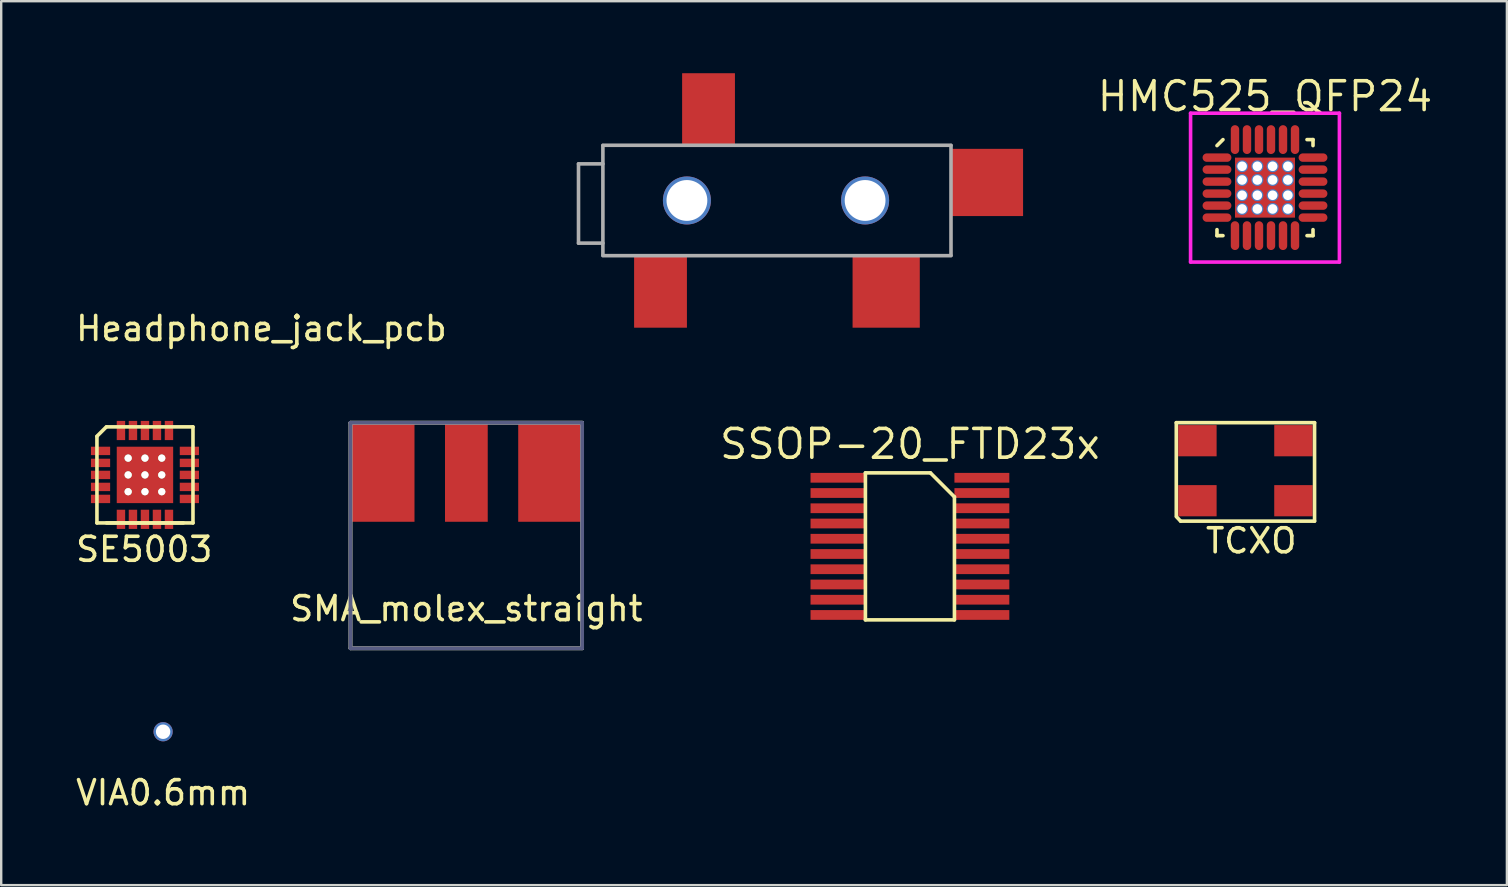
<source format=kicad_pcb>
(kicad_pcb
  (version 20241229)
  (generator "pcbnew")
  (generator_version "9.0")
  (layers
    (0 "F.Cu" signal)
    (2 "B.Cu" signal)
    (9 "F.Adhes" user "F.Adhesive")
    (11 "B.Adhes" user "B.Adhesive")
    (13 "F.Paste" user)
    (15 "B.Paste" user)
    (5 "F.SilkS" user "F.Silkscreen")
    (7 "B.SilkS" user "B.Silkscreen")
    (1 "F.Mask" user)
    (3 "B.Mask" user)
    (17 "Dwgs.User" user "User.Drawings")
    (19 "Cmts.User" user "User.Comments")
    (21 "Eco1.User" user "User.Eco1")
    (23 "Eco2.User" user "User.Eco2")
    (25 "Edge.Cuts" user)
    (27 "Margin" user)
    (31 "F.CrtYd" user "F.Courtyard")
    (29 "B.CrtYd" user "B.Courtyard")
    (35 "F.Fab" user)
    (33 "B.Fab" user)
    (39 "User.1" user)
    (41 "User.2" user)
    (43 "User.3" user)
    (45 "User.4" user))
  (footprint "HMC525_QFP24"
    (layer "F.Cu")
    (at 49.642 4.765)
    (property "Reference" "HMC525_QFP24" (at 0 -3.8 0) (layer "F.SilkS") (effects (font (size 1.2 1.2) (thickness 0.15))))
    (attr through_hole)
    (fp_line (start -2 -1.75) (end -1.75 -2) (stroke (width 0.15) (type solid)) (layer "F.SilkS"))
    (fp_line (start -2 2) (end -2 1.75) (stroke (width 0.15) (type solid)) (layer "F.SilkS"))
    (fp_line (start -1.75 2) (end -2 2) (stroke (width 0.15) (type solid)) (layer "F.SilkS"))
    (fp_line (start 1.75 -2) (end 2 -2) (stroke (width 0.15) (type solid)) (layer "F.SilkS"))
    (fp_line (start 1.75 2) (end 2 2) (stroke (width 0.15) (type solid)) (layer "F.SilkS"))
    (fp_line (start 2 -2) (end 2 -1.75) (stroke (width 0.15) (type solid)) (layer "F.SilkS"))
    (fp_line (start 2 2) (end 2 1.75) (stroke (width 0.15) (type solid)) (layer "F.SilkS"))
    (fp_line (start -3.1 -3.1) (end 3.1 -3.1) (stroke (width 0.15) (type solid)) (layer "F.CrtYd"))
    (fp_line (start -3.1 3.1) (end -3.1 -3.1) (stroke (width 0.15) (type solid)) (layer "F.CrtYd"))
    (fp_line (start 3.1 -3.1) (end 3.1 3.1) (stroke (width 0.15) (type solid)) (layer "F.CrtYd"))
    (fp_line (start 3.1 3.1) (end -3.1 3.1) (stroke (width 0.15) (type solid)) (layer "F.CrtYd"))
    (pad "" thru_hole circle (at -0.953 -0.889) (size 0.5 0.5) (drill 0.4) (layers "*.Cu" "*.Mask"))
    (pad "" thru_hole circle (at -0.953 -0.318) (size 0.5 0.5) (drill 0.4) (layers "*.Cu" "*.Mask"))
    (pad "" thru_hole circle (at -0.953 0.318) (size 0.5 0.5) (drill 0.4) (layers "*.Cu" "*.Mask"))
    (pad "" thru_hole circle (at -0.953 0.889) (size 0.5 0.5) (drill 0.4) (layers "*.Cu" "*.Mask"))
    (pad "" thru_hole circle (at -0.318 -0.889) (size 0.5 0.5) (drill 0.4) (layers "*.Cu" "*.Mask"))
    (pad "" thru_hole circle (at -0.318 -0.318) (size 0.5 0.5) (drill 0.4) (layers "*.Cu" "*.Mask"))
    (pad "" thru_hole circle (at -0.318 0.318) (size 0.5 0.5) (drill 0.4) (layers "*.Cu" "*.Mask"))
    (pad "" thru_hole circle (at -0.318 0.889) (size 0.5 0.5) (drill 0.4) (layers "*.Cu" "*.Mask"))
    (pad "" thru_hole circle (at 0.318 -0.889) (size 0.5 0.5) (drill 0.4) (layers "*.Cu" "*.Mask"))
    (pad "" thru_hole circle (at 0.318 -0.318) (size 0.5 0.5) (drill 0.4) (layers "*.Cu" "*.Mask"))
    (pad "" thru_hole circle (at 0.318 0.318) (size 0.5 0.5) (drill 0.4) (layers "*.Cu" "*.Mask"))
    (pad "" thru_hole circle (at 0.318 0.889) (size 0.5 0.5) (drill 0.4) (layers "*.Cu" "*.Mask"))
    (pad "" thru_hole circle (at 0.953 -0.889) (size 0.5 0.5) (drill 0.4) (layers "*.Cu" "*.Mask"))
    (pad "" thru_hole circle (at 0.953 -0.318) (size 0.5 0.5) (drill 0.4) (layers "*.Cu" "*.Mask"))
    (pad "" thru_hole circle (at 0.953 0.318) (size 0.5 0.5) (drill 0.4) (layers "*.Cu" "*.Mask"))
    (pad "" thru_hole circle (at 0.953 0.889) (size 0.5 0.5) (drill 0.4) (layers "*.Cu" "*.Mask"))
    (pad "1" smd oval (at -2 -1.25 90) (size 0.35 1.2) (layers "F.Cu" "F.Mask" "F.Paste"))
    (pad "2" smd oval (at -2 -0.75 90) (size 0.35 1.2) (layers "F.Cu" "F.Mask" "F.Paste"))
    (pad "3" smd oval (at -2 -0.25 90) (size 0.35 1.2) (layers "F.Cu" "F.Mask" "F.Paste"))
    (pad "4" smd oval (at -2 0.25 90) (size 0.35 1.2) (layers "F.Cu" "F.Mask" "F.Paste"))
    (pad "5" smd oval (at -2 0.75 90) (size 0.35 1.2) (layers "F.Cu" "F.Mask" "F.Paste"))
    (pad "6" smd oval (at -2 1.25 90) (size 0.35 1.2) (layers "F.Cu" "F.Mask" "F.Paste"))
    (pad "7" smd oval (at -1.25 2) (size 0.35 1.2) (layers "F.Cu" "F.Mask" "F.Paste"))
    (pad "8" smd oval (at -0.75 2) (size 0.35 1.2) (layers "F.Cu" "F.Mask" "F.Paste"))
    (pad "9" smd oval (at -0.25 2) (size 0.35 1.2) (layers "F.Cu" "F.Mask" "F.Paste"))
    (pad "10" smd oval (at 0.25 2) (size 0.35 1.2) (layers "F.Cu" "F.Mask" "F.Paste"))
    (pad "11" smd oval (at 0.75 2) (size 0.35 1.2) (layers "F.Cu" "F.Mask" "F.Paste"))
    (pad "12" smd oval (at 1.25 2) (size 0.35 1.2) (layers "F.Cu" "F.Mask" "F.Paste"))
    (pad "13" smd oval (at 2 1.25 90) (size 0.35 1.2) (layers "F.Cu" "F.Mask" "F.Paste"))
    (pad "14" smd oval (at 2 0.75 90) (size 0.35 1.2) (layers "F.Cu" "F.Mask" "F.Paste"))
    (pad "15" smd oval (at 2 0.25 90) (size 0.35 1.2) (layers "F.Cu" "F.Mask" "F.Paste"))
    (pad "16" smd oval (at 2 -0.25 90) (size 0.35 1.2) (layers "F.Cu" "F.Mask" "F.Paste"))
    (pad "17" smd oval (at 2 -0.75 90) (size 0.35 1.2) (layers "F.Cu" "F.Mask" "F.Paste"))
    (pad "18" smd oval (at 2 -1.25 90) (size 0.35 1.2) (layers "F.Cu" "F.Mask" "F.Paste"))
    (pad "19" smd oval (at 1.25 -2) (size 0.35 1.2) (layers "F.Cu" "F.Mask" "F.Paste"))
    (pad "20" smd oval (at 0.75 -2) (size 0.35 1.2) (layers "F.Cu" "F.Mask" "F.Paste"))
    (pad "21" smd oval (at 0.25 -2) (size 0.35 1.2) (layers "F.Cu" "F.Mask" "F.Paste"))
    (pad "22" smd oval (at -0.25 -2) (size 0.35 1.2) (layers "F.Cu" "F.Mask" "F.Paste"))
    (pad "23" smd oval (at -0.75 -2) (size 0.35 1.2) (layers "F.Cu" "F.Mask" "F.Paste"))
    (pad "24" smd oval (at -1.25 -2) (size 0.35 1.2) (layers "F.Cu" "F.Mask" "F.Paste"))
    (pad "EP" smd rect (at 0 0) (size 2.5 2.5) (layers "F.Cu" "F.Mask" "F.Paste")))
  (footprint "SMA_molex_straight"
    (layer "F.Cu")
    (at 16.375 16.589)
    (property "Reference" "SMA_molex_straight" (at 0 5.715 180) (layer "F.SilkS") (effects (font (size 1 1) (thickness 0.15))))
    (attr through_hole)
    (fp_line (start -4.826 -2.032) (end 4.826 -2.032) (stroke (width 0.15) (type solid)) (layer "F.SilkS"))
    (fp_line (start -4.826 7.366) (end -4.826 -2.032) (stroke (width 0.15) (type solid)) (layer "F.SilkS"))
    (fp_line (start 4.826 -2.032) (end 4.826 7.366) (stroke (width 0.15) (type solid)) (layer "F.SilkS"))
    (fp_line (start 4.826 7.366) (end -4.826 7.366) (stroke (width 0.15) (type solid)) (layer "F.SilkS"))
    (fp_line (start -4.826 -2.032) (end 4.826 -2.032) (stroke (width 0.15) (type solid)) (layer "B.Fab"))
    (fp_line (start -4.826 7.366) (end -4.826 -2.032) (stroke (width 0.15) (type solid)) (layer "B.Fab"))
    (fp_line (start 4.826 -2.032) (end 4.826 7.366) (stroke (width 0.15) (type solid)) (layer "B.Fab"))
    (fp_line (start 4.826 7.366) (end -4.826 7.366) (stroke (width 0.15) (type solid)) (layer "B.Fab"))
    (fp_line (start -4.826 -2.032) (end 4.826 -2.032) (stroke (width 0.15) (type solid)) (layer "F.Fab"))
    (fp_line (start -4.826 7.366) (end -4.826 -2.032) (stroke (width 0.15) (type solid)) (layer "F.Fab"))
    (fp_line (start 4.826 -2.032) (end 4.826 7.366) (stroke (width 0.15) (type solid)) (layer "F.Fab"))
    (fp_line (start 4.826 7.366) (end -4.826 7.366) (stroke (width 0.15) (type solid)) (layer "F.Fab"))
    (pad "1" smd rect (at 0.001 0 90) (size 4.19 1.78) (layers "F.Cu" "F.Mask" "F.Paste"))
    (pad "2" smd rect (at -3.492 0 90) (size 4.19 2.665) (layers "F.Cu" "F.Mask" "F.Paste"))
    (pad "2" smd rect (at 3.493 0 90) (size 4.19 2.665) (layers "F.Cu" "F.Mask" "F.Paste")))
  (footprint "SSOP-20_FTD23x"
    (layer "F.Cu")
    (at 34.67 19.854)
    (property "Reference" "SSOP-20_FTD23x" (at 0.182 -4.406 0) (layer "F.SilkS") (effects (font (size 1.2 1.2) (thickness 0.15))))
    (attr through_hole)
    (fp_line (start -1.672 -3.206) (end -1.672 2.915) (stroke (width 0.15) (type solid)) (layer "F.SilkS"))
    (fp_line (start -1.672 2.915) (end 2.036 2.915) (stroke (width 0.15) (type solid)) (layer "F.SilkS"))
    (fp_line (start 1.036 -3.206) (end -1.672 -3.206) (stroke (width 0.15) (type solid)) (layer "F.SilkS"))
    (fp_line (start 2.036 -2.206) (end 1.036 -3.206) (stroke (width 0.15) (type solid)) (layer "F.SilkS"))
    (fp_line (start 2.036 2.915) (end 2.036 -2.206) (stroke (width 0.15) (type solid)) (layer "F.SilkS"))
    (pad "1" smd rect (at -2.815 -3.003 270) (size 0.406 2.286) (layers "F.Cu" "F.Mask" "F.Paste"))
    (pad "2" smd rect (at -2.815 -2.368 270) (size 0.406 2.286) (layers "F.Cu" "F.Mask" "F.Paste"))
    (pad "3" smd rect (at -2.815 -1.733 270) (size 0.406 2.286) (layers "F.Cu" "F.Mask" "F.Paste"))
    (pad "4" smd rect (at -2.815 -1.098 270) (size 0.406 2.286) (layers "F.Cu" "F.Mask" "F.Paste"))
    (pad "5" smd rect (at -2.815 -0.463 270) (size 0.406 2.286) (layers "F.Cu" "F.Mask" "F.Paste"))
    (pad "6" smd rect (at -2.815 0.172 270) (size 0.406 2.286) (layers "F.Cu" "F.Mask" "F.Paste"))
    (pad "7" smd rect (at -2.815 0.807 270) (size 0.406 2.286) (layers "F.Cu" "F.Mask" "F.Paste"))
    (pad "8" smd rect (at -2.815 1.442 270) (size 0.406 2.286) (layers "F.Cu" "F.Mask" "F.Paste"))
    (pad "9" smd rect (at -2.815 2.077 270) (size 0.406 2.286) (layers "F.Cu" "F.Mask" "F.Paste"))
    (pad "10" smd rect (at -2.815 2.712 270) (size 0.406 2.286) (layers "F.Cu" "F.Mask" "F.Paste"))
    (pad "11" smd rect (at 3.179 2.712 270) (size 0.406 2.286) (layers "F.Cu" "F.Mask" "F.Paste"))
    (pad "12" smd rect (at 3.179 2.077 270) (size 0.406 2.286) (layers "F.Cu" "F.Mask" "F.Paste"))
    (pad "13" smd rect (at 3.179 1.442 270) (size 0.406 2.286) (layers "F.Cu" "F.Mask" "F.Paste"))
    (pad "14" smd rect (at 3.179 0.807 270) (size 0.406 2.286) (layers "F.Cu" "F.Mask" "F.Paste"))
    (pad "15" smd rect (at 3.179 0.172 270) (size 0.406 2.286) (layers "F.Cu" "F.Mask" "F.Paste"))
    (pad "16" smd rect (at 3.179 -0.463 270) (size 0.406 2.286) (layers "F.Cu" "F.Mask" "F.Paste"))
    (pad "17" smd rect (at 3.179 -1.098 270) (size 0.406 2.286) (layers "F.Cu" "F.Mask" "F.Paste"))
    (pad "18" smd rect (at 3.179 -1.733 270) (size 0.406 2.286) (layers "F.Cu" "F.Mask" "F.Paste"))
    (pad "19" smd rect (at 3.179 -2.368 270) (size 0.406 2.286) (layers "F.Cu" "F.Mask" "F.Paste"))
    (pad "20" smd rect (at 3.179 -3.003 270) (size 0.406 2.286) (layers "F.Cu" "F.Mask" "F.Paste")))
  (footprint "VIA0.6mm"
    (layer "F.Cu")
    (at 3.744 27.43)
    (property "Reference" "VIA0.6mm" (at 0 2.54 0) (layer "F.SilkS") (effects (font (size 1 1) (thickness 0.15))))
    (attr through_hole)
    (pad "" thru_hole circle (at 0 0) (size 0.8 0.8) (drill 0.6) (layers "*.Cu")))
  (footprint "TCXO"
    (layer "F.Cu")
    (at 48.827 16.557)
    (property "Reference" "TCXO" (at 0.24 2.92 180) (layer "F.SilkS") (effects (font (size 1 1) (thickness 0.15))))
    (attr through_hole)
    (fp_line (start -2.88 -2) (end -2.88 1.9) (stroke (width 0.15) (type solid)) (layer "F.SilkS"))
    (fp_line (start -2.88 -2) (end 2.88 -2) (stroke (width 0.15) (type solid)) (layer "F.SilkS"))
    (fp_line (start -2.87 1.92) (end -2.7 2.1) (stroke (width 0.15) (type solid)) (layer "F.SilkS"))
    (fp_line (start -2.7 2.1) (end 2.88 2.1) (stroke (width 0.15) (type solid)) (layer "F.SilkS"))
    (fp_line (start 2.88 -2) (end 2.88 2.1) (stroke (width 0.15) (type solid)) (layer "F.SilkS"))
    (pad "1" smd rect (at -2 1.25) (size 1.6 1.3) (layers "F.Cu" "F.Mask" "F.Paste"))
    (pad "2" smd rect (at 2 1.25) (size 1.6 1.3) (layers "F.Cu" "F.Mask" "F.Paste"))
    (pad "3" smd rect (at 2 -1.25) (size 1.6 1.3) (layers "F.Cu" "F.Mask" "F.Paste"))
    (pad "4" smd rect (at -2 -1.25) (size 1.6 1.3) (layers "F.Cu" "F.Mask" "F.Paste")))
  (footprint "SE5003"
    (layer "F.Cu")
    (at 2.988 16.732)
    (property "Reference" "SE5003" (at -0.03 3.1 0) (layer "F.SilkS") (effects (font (size 1 1) (thickness 0.15))))
    (attr through_hole)
    (fp_line (start -2 -1.61) (end -1.61 -2) (stroke (width 0.15) (type solid)) (layer "F.SilkS"))
    (fp_line (start -2 2) (end -2 -1.6) (stroke (width 0.15) (type solid)) (layer "F.SilkS"))
    (fp_line (start -2 2) (end 2 2) (stroke (width 0.15) (type solid)) (layer "F.SilkS"))
    (fp_line (start -1.6 -2) (end 2 -2) (stroke (width 0.15) (type solid)) (layer "F.SilkS"))
    (fp_line (start -1.6 2) (end 1.6 2) (stroke (width 0.15) (type solid)) (layer "F.SilkS"))
    (fp_line (start 2 -2) (end 2 2) (stroke (width 0.15) (type solid)) (layer "F.SilkS"))
    (pad "1" smd rect (at -1.85 -1 90) (size 0.35 0.8) (layers "F.Cu" "F.Mask" "F.Paste"))
    (pad "2" smd rect (at -1.85 -0.5 90) (size 0.35 0.8) (layers "F.Cu" "F.Mask" "F.Paste"))
    (pad "2" smd rect (at 0 0) (size 2.35 2.35) (layers "F.Cu" "F.Mask" "F.Paste"))
    (pad "3" smd rect (at -1.85 0 90) (size 0.35 0.8) (layers "F.Cu" "F.Mask" "F.Paste"))
    (pad "4" smd rect (at -1.85 0.5 90) (size 0.35 0.8) (layers "F.Cu" "F.Mask" "F.Paste"))
    (pad "5" smd rect (at -1.85 1 90) (size 0.35 0.8) (layers "F.Cu" "F.Mask" "F.Paste"))
    (pad "6" smd rect (at -1 1.85) (size 0.35 0.8) (layers "F.Cu" "F.Mask" "F.Paste"))
    (pad "7" smd rect (at -0.5 1.85) (size 0.35 0.8) (layers "F.Cu" "F.Mask" "F.Paste"))
    (pad "8" smd rect (at 0 1.85) (size 0.35 0.8) (layers "F.Cu" "F.Mask" "F.Paste"))
    (pad "9" smd rect (at 0.5 1.85) (size 0.35 0.8) (layers "F.Cu" "F.Mask" "F.Paste"))
    (pad "10" smd rect (at 1 1.85) (size 0.35 0.8) (layers "F.Cu" "F.Mask" "F.Paste"))
    (pad "11" smd rect (at 1.85 1 90) (size 0.35 0.8) (layers "F.Cu" "F.Mask" "F.Paste"))
    (pad "12" smd rect (at 1.85 0.5 90) (size 0.35 0.8) (layers "F.Cu" "F.Mask" "F.Paste"))
    (pad "13" smd rect (at 1.85 0 90) (size 0.35 0.8) (layers "F.Cu" "F.Mask" "F.Paste"))
    (pad "14" smd rect (at 1.85 -0.5 90) (size 0.35 0.8) (layers "F.Cu" "F.Mask" "F.Paste"))
    (pad "15" smd rect (at 1.85 -1 90) (size 0.35 0.8) (layers "F.Cu" "F.Mask" "F.Paste"))
    (pad "16" smd rect (at 1 -1.85) (size 0.35 0.8) (layers "F.Cu" "F.Mask" "F.Paste"))
    (pad "17" smd rect (at 0.5 -1.85) (size 0.35 0.8) (layers "F.Cu" "F.Mask" "F.Paste"))
    (pad "18" smd rect (at 0 -1.85) (size 0.35 0.8) (layers "F.Cu" "F.Mask" "F.Paste"))
    (pad "19" smd rect (at -0.5 -1.85) (size 0.35 0.8) (layers "F.Cu" "F.Mask" "F.Paste"))
    (pad "20" smd rect (at -1 -1.85) (size 0.35 0.8) (layers "F.Cu" "F.Mask" "F.Paste"))
    (pad "GND" thru_hole circle (at -0.7 -0.7) (size 0.3 0.3) (drill 0.3) (layers "*.Cu" "F.Mask" "F.SilkS"))
    (pad "GND" thru_hole circle (at -0.7 0) (size 0.3 0.3) (drill 0.3) (layers "*.Cu" "F.Mask" "F.SilkS"))
    (pad "GND" thru_hole circle (at -0.7 0.7) (size 0.3 0.3) (drill 0.3) (layers "*.Cu" "F.Mask" "F.SilkS"))
    (pad "GND" thru_hole circle (at 0 -0.7) (size 0.3 0.3) (drill 0.3) (layers "*.Cu" "F.Mask" "F.SilkS"))
    (pad "GND" thru_hole circle (at 0 0) (size 0.3 0.3) (drill 0.3) (layers "*.Cu" "F.Mask" "F.SilkS"))
    (pad "GND" thru_hole circle (at 0 0.7) (size 0.3 0.3) (drill 0.3) (layers "*.Cu" "F.Mask" "F.SilkS"))
    (pad "GND" thru_hole circle (at 0.7 -0.7) (size 0.3 0.3) (drill 0.3) (layers "*.Cu" "F.Mask" "F.SilkS"))
    (pad "GND" thru_hole circle (at 0.7 0) (size 0.3 0.3) (drill 0.3) (layers "*.Cu" "F.Mask" "F.SilkS"))
    (pad "GND" thru_hole circle (at 0.7 0.7) (size 0.3 0.3) (drill 0.3) (layers "*.Cu" "F.Mask" "F.SilkS")))
  (footprint "Headphone_jack_pcb"
    (layer "F.Cu")
    (at 22.063 5.3)
    (property "Reference" "Headphone_jack_pcb" (at -14.224 5.334 0) (layer "F.SilkS") (effects (font (size 1 1) (thickness 0.15))))
    (attr through_hole)
    (fp_line (start -1.016 -1.524) (end -1.016 1.778) (stroke (width 0.15) (type solid)) (layer "F.Fab"))
    (fp_line (start -1.016 1.778) (end 0 1.778) (stroke (width 0.15) (type solid)) (layer "F.Fab"))
    (fp_line (start 0 -2.3) (end 14.5 -2.3) (stroke (width 0.15) (type solid)) (layer "F.Fab"))
    (fp_line (start 0 -2.286) (end 0 2.286) (stroke (width 0.15) (type solid)) (layer "F.Fab"))
    (fp_line (start 0 -1.524) (end -1.016 -1.524) (stroke (width 0.15) (type solid)) (layer "F.Fab"))
    (fp_line (start 0 2.3) (end 14.5 2.3) (stroke (width 0.15) (type solid)) (layer "F.Fab"))
    (fp_line (start 14.5 -2.286) (end 14.5 2.286) (stroke (width 0.15) (type solid)) (layer "F.Fab"))
    (pad "" thru_hole circle (at 3.5 0 90) (size 2 2) (drill 1.7) (layers "*.Cu"))
    (pad "" thru_hole circle (at 10.922 0 90) (size 2 2) (drill 1.7) (layers "*.Cu"))
    (pad "1" smd rect (at 2.4 3.8) (size 2.2 3) (layers "F.Cu" "F.Mask" "F.Paste"))
    (pad "2" smd rect (at 11.8 3.8) (size 2.8 3) (layers "F.Cu" "F.Mask" "F.Paste"))
    (pad "3" smd rect (at 4.4 -3.8) (size 2.2 3) (layers "F.Cu" "F.Mask" "F.Paste"))
    (pad "4" smd rect (at 16.002 -0.75 90) (size 2.8 3) (layers "F.Cu" "F.Mask" "F.Paste")))
  (gr_rect
    (start -3 -3)
    (end 59.718 33.819)
    (stroke (width 0.1) (type default))
    (fill no)
    (layer "Edge.Cuts")))
</source>
